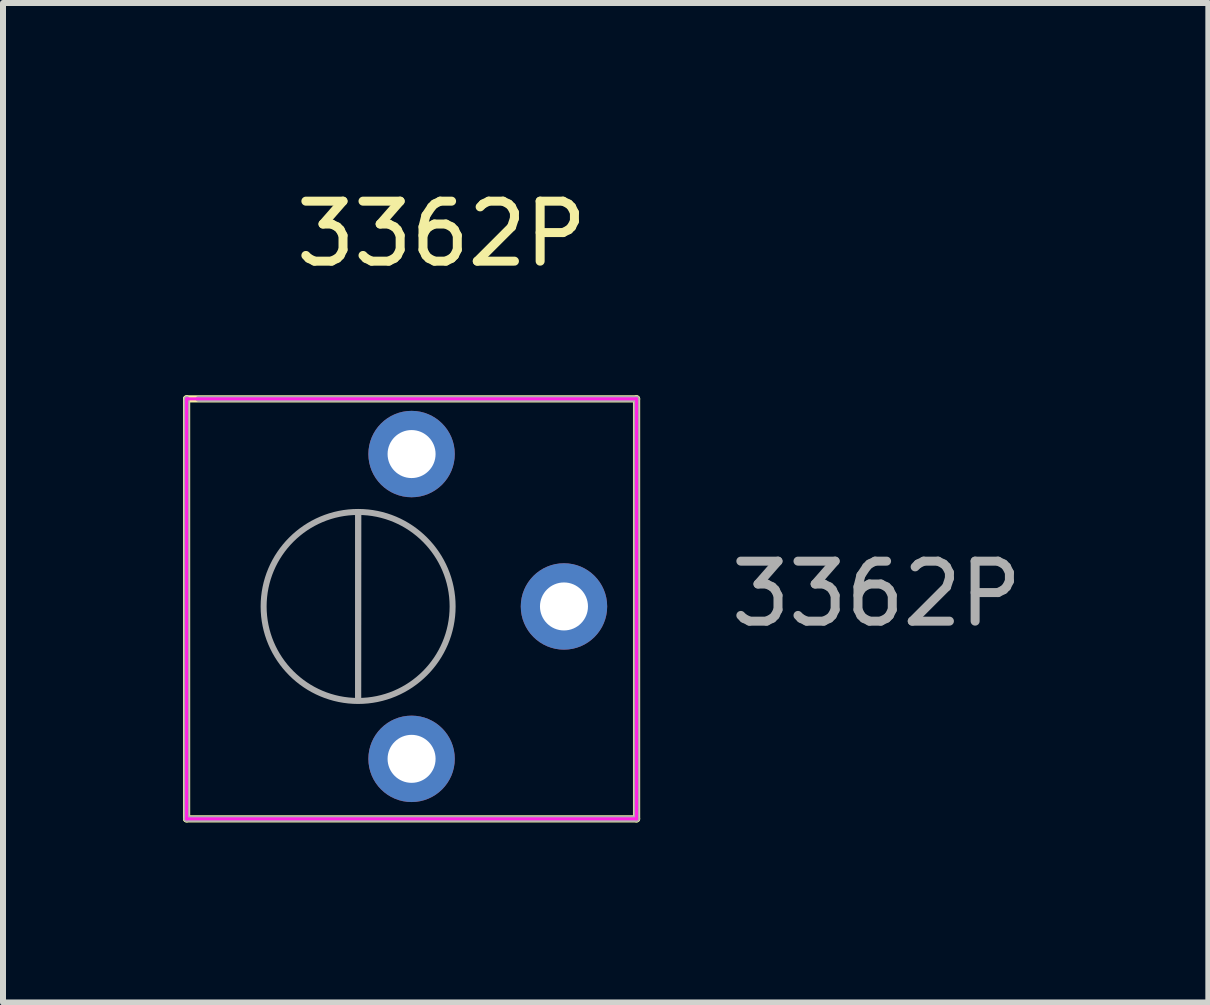
<source format=kicad_pcb>
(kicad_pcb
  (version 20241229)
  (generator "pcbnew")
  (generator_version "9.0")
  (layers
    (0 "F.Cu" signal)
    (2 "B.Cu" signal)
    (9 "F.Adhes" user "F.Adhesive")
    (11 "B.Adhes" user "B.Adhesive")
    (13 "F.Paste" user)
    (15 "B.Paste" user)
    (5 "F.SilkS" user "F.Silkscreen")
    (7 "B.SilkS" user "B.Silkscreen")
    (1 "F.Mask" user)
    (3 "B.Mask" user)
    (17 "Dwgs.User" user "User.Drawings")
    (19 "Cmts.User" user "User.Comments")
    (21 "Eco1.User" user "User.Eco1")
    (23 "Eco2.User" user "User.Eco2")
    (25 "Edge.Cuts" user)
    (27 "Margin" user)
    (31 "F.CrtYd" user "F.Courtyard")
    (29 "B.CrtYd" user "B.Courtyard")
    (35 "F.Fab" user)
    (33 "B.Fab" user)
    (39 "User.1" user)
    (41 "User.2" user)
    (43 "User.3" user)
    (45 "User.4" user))
  (footprint "3362P"
    (layer "F.Cu")
    (at 3.81 7.098)
    (property "Reference" "3362P" (at 0.5 -6.25 0) (unlocked yes) (layer "F.SilkS") (effects (font (size 1 1) (thickness 0.15))))
    (attr through_hole)
    (fp_line (start -3.75 -3.5) (end -3.75 3.5) (stroke (width 0.12) (type solid)) (layer "F.SilkS"))
    (fp_line (start -3.75 -3.5) (end 3.75 -3.5) (stroke (width 0.12) (type solid)) (layer "F.SilkS"))
    (fp_line (start -3.75 3.5) (end 3.75 3.5) (stroke (width 0.12) (type solid)) (layer "F.SilkS"))
    (fp_line (start 3.75 -3.5) (end 3.75 3.5) (stroke (width 0.12) (type solid)) (layer "F.SilkS"))
    (fp_line (start -3.75 -3.5) (end -3.75 3.5) (stroke (width 0.05) (type solid)) (layer "F.CrtYd"))
    (fp_line (start -3.75 3.5) (end 3.75 3.5) (stroke (width 0.05) (type solid)) (layer "F.CrtYd"))
    (fp_line (start 3.75 -3.5) (end -3.75 -3.5) (stroke (width 0.05) (type solid)) (layer "F.CrtYd"))
    (fp_line (start 3.75 3.5) (end 3.75 -3.5) (stroke (width 0.05) (type solid)) (layer "F.CrtYd"))
    (fp_line (start -3.75 -3.5) (end -3.75 3.5) (stroke (width 0.1) (type solid)) (layer "F.Fab"))
    (fp_line (start -3.75 3.5) (end 3.75 3.5) (stroke (width 0.1) (type solid)) (layer "F.Fab"))
    (fp_line (start -0.891 1.52) (end -0.89 -1.599) (stroke (width 0.1) (type solid)) (layer "F.Fab"))
    (fp_line (start -0.891 1.52) (end -0.89 -1.599) (stroke (width 0.1) (type solid)) (layer "F.Fab"))
    (fp_line (start 3.75 -3.5) (end -3.55 -3.5) (stroke (width 0.1) (type solid)) (layer "F.Fab"))
    (fp_line (start 3.75 3.5) (end 3.75 -3.5) (stroke (width 0.1) (type solid)) (layer "F.Fab"))
    (fp_circle (center -0.891 -0.04) (end 0.684 -0.04) (stroke (width 0.1) (type solid)) (fill no) (layer "F.Fab"))
    (fp_text user "${REFERENCE}" (at 7.75 -0.25 180) (layer "F.Fab") (effects (font (size 1 1) (thickness 0.15))))
    (pad "1" thru_hole circle (at 0 2.5) (size 1.44 1.44) (drill 0.8) (layers "*.Cu" "*.Mask"))
    (pad "2" thru_hole circle (at 2.54 -0.04) (size 1.44 1.44) (drill 0.8) (layers "*.Cu" "*.Mask"))
    (pad "3" thru_hole circle (at 0 -2.58) (size 1.44 1.44) (drill 0.8) (layers "*.Cu" "*.Mask")))
  (gr_rect
    (start -3 -3)
    (end 17.09 13.658)
    (stroke (width 0.1) (type default))
    (fill no)
    (layer "Edge.Cuts")))
</source>
